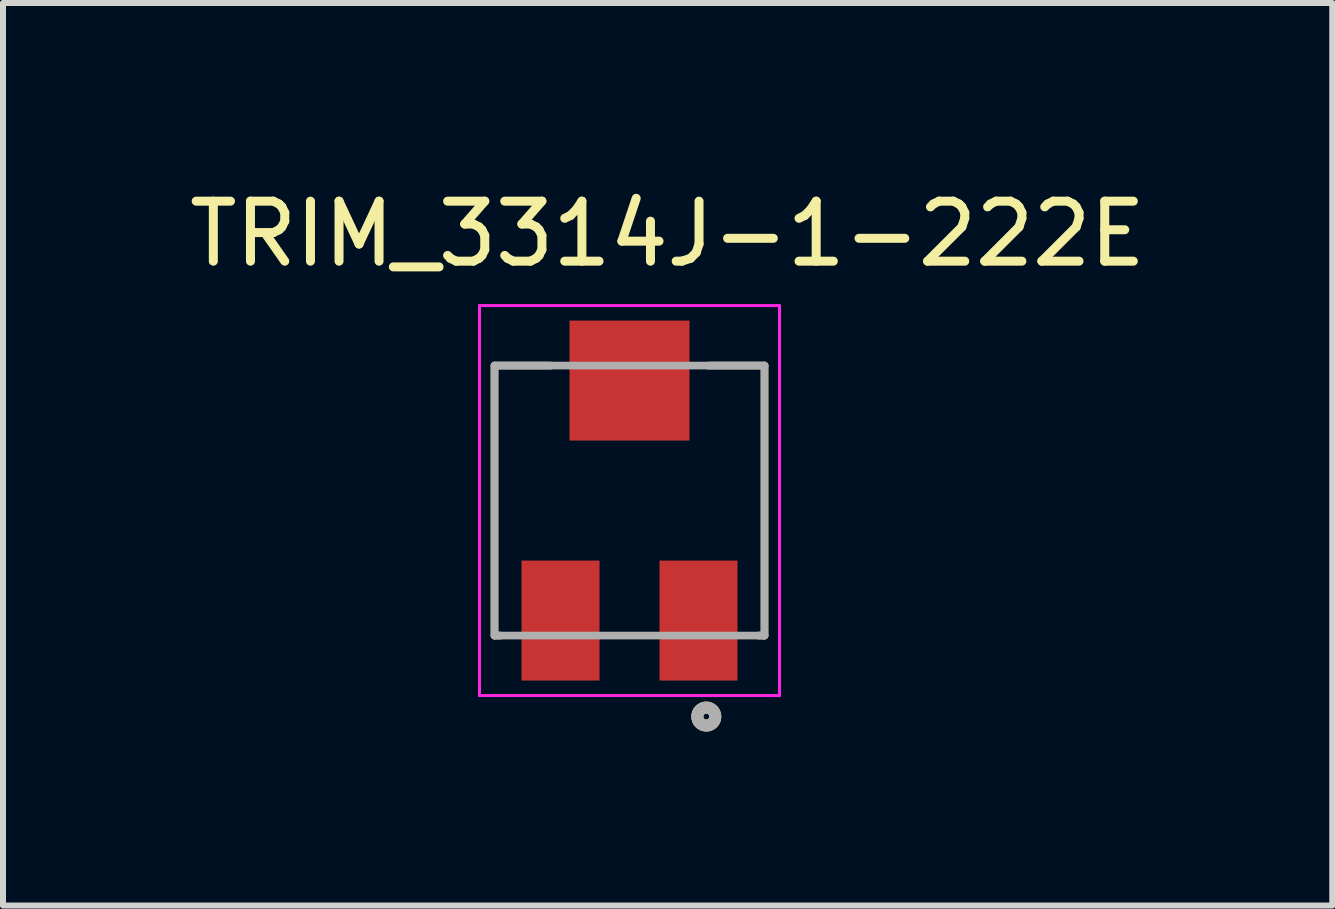
<source format=kicad_pcb>
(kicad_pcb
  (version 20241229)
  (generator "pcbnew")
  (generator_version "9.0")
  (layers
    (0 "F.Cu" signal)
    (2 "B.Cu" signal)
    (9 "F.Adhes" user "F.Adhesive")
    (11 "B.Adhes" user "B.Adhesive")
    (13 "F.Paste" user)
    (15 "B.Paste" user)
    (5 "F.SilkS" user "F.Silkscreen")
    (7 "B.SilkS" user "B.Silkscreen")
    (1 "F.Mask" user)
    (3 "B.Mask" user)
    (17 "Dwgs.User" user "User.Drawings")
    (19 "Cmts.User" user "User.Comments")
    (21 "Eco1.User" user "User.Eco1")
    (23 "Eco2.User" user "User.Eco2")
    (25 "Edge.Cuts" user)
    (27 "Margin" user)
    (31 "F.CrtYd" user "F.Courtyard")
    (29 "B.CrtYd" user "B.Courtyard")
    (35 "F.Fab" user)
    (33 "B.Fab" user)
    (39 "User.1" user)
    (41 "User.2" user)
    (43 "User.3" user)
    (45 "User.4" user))
  (footprint "TRIM_3314J-1-222E"
    (layer "F.Cu")
    (at 7.442 5.293)
    (property "Reference" "TRIM_3314J-1-222E" (at 0.635 -4.445 0) (layer "F.SilkS") (effects (font (size 1 1) (thickness 0.15))))
    (attr smd)
    (fp_line (start -2.25 -2.25) (end -2.25 2.25) (stroke (width 0.127) (type solid)) (layer "F.SilkS"))
    (fp_line (start -2.25 2.25) (end -2.15 2.25) (stroke (width 0.127) (type solid)) (layer "F.SilkS"))
    (fp_line (start -1.315 -2.25) (end -2.25 -2.25) (stroke (width 0.127) (type solid)) (layer "F.SilkS"))
    (fp_line (start 2.15 2.25) (end 2.25 2.25) (stroke (width 0.127) (type solid)) (layer "F.SilkS"))
    (fp_line (start 2.25 -2.25) (end 1.315 -2.25) (stroke (width 0.127) (type solid)) (layer "F.SilkS"))
    (fp_line (start 2.25 2.25) (end 2.25 -2.25) (stroke (width 0.127) (type solid)) (layer "F.SilkS"))
    (fp_circle (center 1.28 3.6) (end 1.33 3.6) (stroke (width 0.2) (type solid)) (fill no) (layer "F.SilkS"))
    (fp_line (start -2.5 -3.25) (end 2.5 -3.25) (stroke (width 0.05) (type solid)) (layer "F.CrtYd"))
    (fp_line (start -2.5 3.25) (end -2.5 -3.25) (stroke (width 0.05) (type solid)) (layer "F.CrtYd"))
    (fp_line (start 2.5 -3.25) (end 2.5 3.25) (stroke (width 0.05) (type solid)) (layer "F.CrtYd"))
    (fp_line (start 2.5 3.25) (end -2.5 3.25) (stroke (width 0.05) (type solid)) (layer "F.CrtYd"))
    (fp_line (start -2.25 -2.25) (end 2.25 -2.25) (stroke (width 0.127) (type solid)) (layer "F.Fab"))
    (fp_line (start -2.25 2.25) (end -2.25 -2.25) (stroke (width 0.127) (type solid)) (layer "F.Fab"))
    (fp_line (start 2.25 -2.25) (end 2.25 2.25) (stroke (width 0.127) (type solid)) (layer "F.Fab"))
    (fp_line (start 2.25 2.25) (end -2.25 2.25) (stroke (width 0.127) (type solid)) (layer "F.Fab"))
    (fp_circle (center 1.28 3.6) (end 1.33 3.6) (stroke (width 0.2) (type solid)) (fill no) (layer "F.Fab"))
    (pad "1" smd rect (at 1.15 2 90) (size 2 1.3) (layers "F.Cu" "F.Mask" "F.Paste"))
    (pad "2" smd rect (at 0 -2 180) (size 2 2) (layers "F.Cu" "F.Mask" "F.Paste"))
    (pad "3" smd rect (at -1.15 2 270) (size 2 1.3) (layers "F.Cu" "F.Mask" "F.Paste")))
  (gr_rect
    (start -3 -3)
    (end 19.155 12.043)
    (stroke (width 0.1) (type default))
    (fill no)
    (layer "Edge.Cuts")))
</source>
